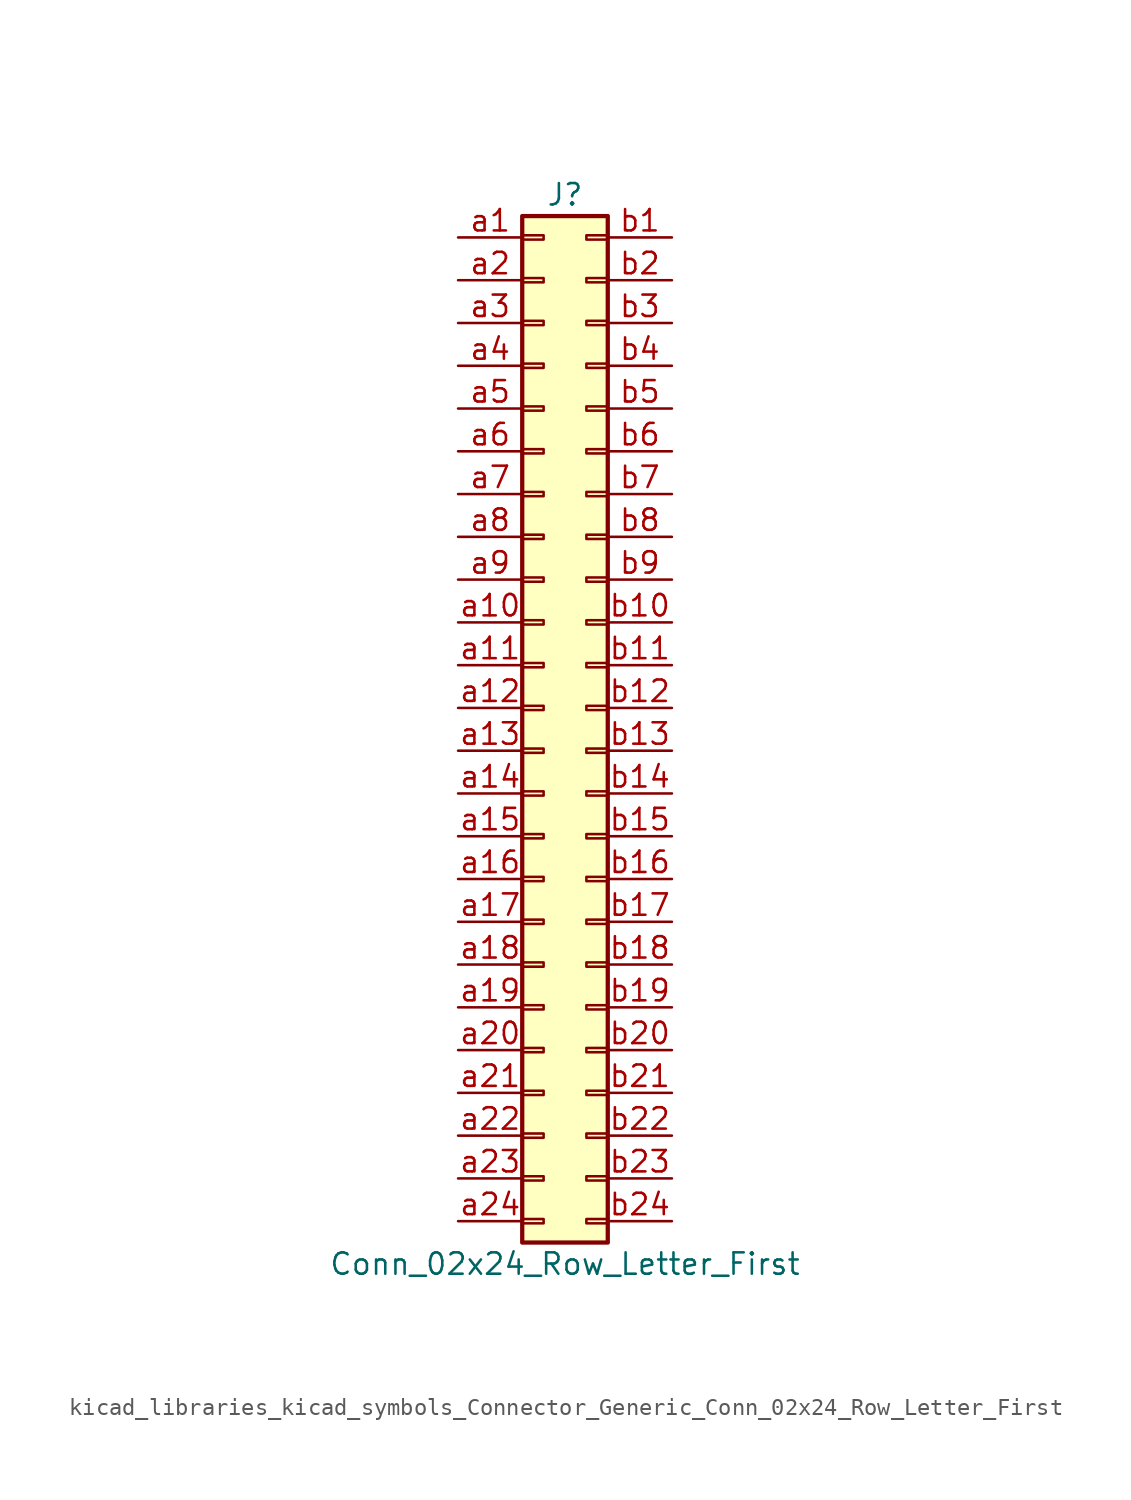
<source format=kicad_sym>
(kicad_symbol_lib
  (version 20220914)
  (generator kicad_symbol_editor)
  (symbol "kicad_libraries_kicad_symbols_Connector_Generic_Conn_02x24_Row_Letter_First"
    (pin_names
      (offset 1.016) hide)
    (property "Reference" "J"
      (at 1.27 30.48 0)
      (effects (font (size 1.27 1.27))))
    (property "Value" "Conn_02x24_Row_Letter_First"
      (at 1.27 -33.02 0)
      (effects (font (size 1.27 1.27))))
    (symbol "kicad_libraries_kicad_symbols_Connector_Generic_Conn_02x24_Row_Letter_First_1_1"
      (rectangle (start -1.27 -30.353) (end 0 -30.607) (stroke (width 0.152) (type default)) (fill (type none)))
      (rectangle (start -1.27 -27.813) (end 0 -28.067) (stroke (width 0.152) (type default)) (fill (type none)))
      (rectangle (start -1.27 -25.273) (end 0 -25.527) (stroke (width 0.152) (type default)) (fill (type none)))
      (rectangle (start -1.27 -22.733) (end 0 -22.987) (stroke (width 0.152) (type default)) (fill (type none)))
      (rectangle (start -1.27 -20.193) (end 0 -20.447) (stroke (width 0.152) (type default)) (fill (type none)))
      (rectangle (start -1.27 -17.653) (end 0 -17.907) (stroke (width 0.152) (type default)) (fill (type none)))
      (rectangle (start -1.27 -15.113) (end 0 -15.367) (stroke (width 0.152) (type default)) (fill (type none)))
      (rectangle (start -1.27 -12.573) (end 0 -12.827) (stroke (width 0.152) (type default)) (fill (type none)))
      (rectangle (start -1.27 -10.033) (end 0 -10.287) (stroke (width 0.152) (type default)) (fill (type none)))
      (rectangle (start -1.27 -7.493) (end 0 -7.747) (stroke (width 0.152) (type default)) (fill (type none)))
      (rectangle (start -1.27 -4.953) (end 0 -5.207) (stroke (width 0.152) (type default)) (fill (type none)))
      (rectangle (start -1.27 -2.413) (end 0 -2.667) (stroke (width 0.152) (type default)) (fill (type none)))
      (rectangle (start -1.27 0.127) (end 0 -0.127) (stroke (width 0.152) (type default)) (fill (type none)))
      (rectangle (start -1.27 2.667) (end 0 2.413) (stroke (width 0.152) (type default)) (fill (type none)))
      (rectangle (start -1.27 5.207) (end 0 4.953) (stroke (width 0.152) (type default)) (fill (type none)))
      (rectangle (start -1.27 7.747) (end 0 7.493) (stroke (width 0.152) (type default)) (fill (type none)))
      (rectangle (start -1.27 10.287) (end 0 10.033) (stroke (width 0.152) (type default)) (fill (type none)))
      (rectangle (start -1.27 12.827) (end 0 12.573) (stroke (width 0.152) (type default)) (fill (type none)))
      (rectangle (start -1.27 15.367) (end 0 15.113) (stroke (width 0.152) (type default)) (fill (type none)))
      (rectangle (start -1.27 17.907) (end 0 17.653) (stroke (width 0.152) (type default)) (fill (type none)))
      (rectangle (start -1.27 20.447) (end 0 20.193) (stroke (width 0.152) (type default)) (fill (type none)))
      (rectangle (start -1.27 22.987) (end 0 22.733) (stroke (width 0.152) (type default)) (fill (type none)))
      (rectangle (start -1.27 25.527) (end 0 25.273) (stroke (width 0.152) (type default)) (fill (type none)))
      (rectangle (start -1.27 28.067) (end 0 27.813) (stroke (width 0.152) (type default)) (fill (type none)))
      (rectangle (start -1.27 29.21) (end 3.81 -31.75) (stroke (width 0.254) (type default)) (fill (type background)))
      (rectangle (start 3.81 -30.353) (end 2.54 -30.607) (stroke (width 0.152) (type default)) (fill (type none)))
      (rectangle (start 3.81 -27.813) (end 2.54 -28.067) (stroke (width 0.152) (type default)) (fill (type none)))
      (rectangle (start 3.81 -25.273) (end 2.54 -25.527) (stroke (width 0.152) (type default)) (fill (type none)))
      (rectangle (start 3.81 -22.733) (end 2.54 -22.987) (stroke (width 0.152) (type default)) (fill (type none)))
      (rectangle (start 3.81 -20.193) (end 2.54 -20.447) (stroke (width 0.152) (type default)) (fill (type none)))
      (rectangle (start 3.81 -17.653) (end 2.54 -17.907) (stroke (width 0.152) (type default)) (fill (type none)))
      (rectangle (start 3.81 -15.113) (end 2.54 -15.367) (stroke (width 0.152) (type default)) (fill (type none)))
      (rectangle (start 3.81 -12.573) (end 2.54 -12.827) (stroke (width 0.152) (type default)) (fill (type none)))
      (rectangle (start 3.81 -10.033) (end 2.54 -10.287) (stroke (width 0.152) (type default)) (fill (type none)))
      (rectangle (start 3.81 -7.493) (end 2.54 -7.747) (stroke (width 0.152) (type default)) (fill (type none)))
      (rectangle (start 3.81 -4.953) (end 2.54 -5.207) (stroke (width 0.152) (type default)) (fill (type none)))
      (rectangle (start 3.81 -2.413) (end 2.54 -2.667) (stroke (width 0.152) (type default)) (fill (type none)))
      (rectangle (start 3.81 0.127) (end 2.54 -0.127) (stroke (width 0.152) (type default)) (fill (type none)))
      (rectangle (start 3.81 2.667) (end 2.54 2.413) (stroke (width 0.152) (type default)) (fill (type none)))
      (rectangle (start 3.81 5.207) (end 2.54 4.953) (stroke (width 0.152) (type default)) (fill (type none)))
      (rectangle (start 3.81 7.747) (end 2.54 7.493) (stroke (width 0.152) (type default)) (fill (type none)))
      (rectangle (start 3.81 10.287) (end 2.54 10.033) (stroke (width 0.152) (type default)) (fill (type none)))
      (rectangle (start 3.81 12.827) (end 2.54 12.573) (stroke (width 0.152) (type default)) (fill (type none)))
      (rectangle (start 3.81 15.367) (end 2.54 15.113) (stroke (width 0.152) (type default)) (fill (type none)))
      (rectangle (start 3.81 17.907) (end 2.54 17.653) (stroke (width 0.152) (type default)) (fill (type none)))
      (rectangle (start 3.81 20.447) (end 2.54 20.193) (stroke (width 0.152) (type default)) (fill (type none)))
      (rectangle (start 3.81 22.987) (end 2.54 22.733) (stroke (width 0.152) (type default)) (fill (type none)))
      (rectangle (start 3.81 25.527) (end 2.54 25.273) (stroke (width 0.152) (type default)) (fill (type none)))
      (rectangle (start 3.81 28.067) (end 2.54 27.813) (stroke (width 0.152) (type default)) (fill (type none)))
      (pin passive line (at -5.08 27.94 0) (length 3.81) (name "Pin_a1" (effects (font (size 1.27 1.27)))) (number "a1" (effects (font (size 1.27 1.27)))))
      (pin passive line (at -5.08 5.08 0) (length 3.81) (name "Pin_a10" (effects (font (size 1.27 1.27)))) (number "a10" (effects (font (size 1.27 1.27)))))
      (pin passive line (at -5.08 2.54 0) (length 3.81) (name "Pin_a11" (effects (font (size 1.27 1.27)))) (number "a11" (effects (font (size 1.27 1.27)))))
      (pin passive line (at -5.08 0 0) (length 3.81) (name "Pin_a12" (effects (font (size 1.27 1.27)))) (number "a12" (effects (font (size 1.27 1.27)))))
      (pin passive line (at -5.08 -2.54 0) (length 3.81) (name "Pin_a13" (effects (font (size 1.27 1.27)))) (number "a13" (effects (font (size 1.27 1.27)))))
      (pin passive line (at -5.08 -5.08 0) (length 3.81) (name "Pin_a14" (effects (font (size 1.27 1.27)))) (number "a14" (effects (font (size 1.27 1.27)))))
      (pin passive line (at -5.08 -7.62 0) (length 3.81) (name "Pin_a15" (effects (font (size 1.27 1.27)))) (number "a15" (effects (font (size 1.27 1.27)))))
      (pin passive line (at -5.08 -10.16 0) (length 3.81) (name "Pin_a16" (effects (font (size 1.27 1.27)))) (number "a16" (effects (font (size 1.27 1.27)))))
      (pin passive line (at -5.08 -12.7 0) (length 3.81) (name "Pin_a17" (effects (font (size 1.27 1.27)))) (number "a17" (effects (font (size 1.27 1.27)))))
      (pin passive line (at -5.08 -15.24 0) (length 3.81) (name "Pin_a18" (effects (font (size 1.27 1.27)))) (number "a18" (effects (font (size 1.27 1.27)))))
      (pin passive line (at -5.08 -17.78 0) (length 3.81) (name "Pin_a19" (effects (font (size 1.27 1.27)))) (number "a19" (effects (font (size 1.27 1.27)))))
      (pin passive line (at -5.08 25.4 0) (length 3.81) (name "Pin_a2" (effects (font (size 1.27 1.27)))) (number "a2" (effects (font (size 1.27 1.27)))))
      (pin passive line (at -5.08 -20.32 0) (length 3.81) (name "Pin_a20" (effects (font (size 1.27 1.27)))) (number "a20" (effects (font (size 1.27 1.27)))))
      (pin passive line (at -5.08 -22.86 0) (length 3.81) (name "Pin_a21" (effects (font (size 1.27 1.27)))) (number "a21" (effects (font (size 1.27 1.27)))))
      (pin passive line (at -5.08 -25.4 0) (length 3.81) (name "Pin_a22" (effects (font (size 1.27 1.27)))) (number "a22" (effects (font (size 1.27 1.27)))))
      (pin passive line (at -5.08 -27.94 0) (length 3.81) (name "Pin_a23" (effects (font (size 1.27 1.27)))) (number "a23" (effects (font (size 1.27 1.27)))))
      (pin passive line (at -5.08 -30.48 0) (length 3.81) (name "Pin_a24" (effects (font (size 1.27 1.27)))) (number "a24" (effects (font (size 1.27 1.27)))))
      (pin passive line (at -5.08 22.86 0) (length 3.81) (name "Pin_a3" (effects (font (size 1.27 1.27)))) (number "a3" (effects (font (size 1.27 1.27)))))
      (pin passive line (at -5.08 20.32 0) (length 3.81) (name "Pin_a4" (effects (font (size 1.27 1.27)))) (number "a4" (effects (font (size 1.27 1.27)))))
      (pin passive line (at -5.08 17.78 0) (length 3.81) (name "Pin_a5" (effects (font (size 1.27 1.27)))) (number "a5" (effects (font (size 1.27 1.27)))))
      (pin passive line (at -5.08 15.24 0) (length 3.81) (name "Pin_a6" (effects (font (size 1.27 1.27)))) (number "a6" (effects (font (size 1.27 1.27)))))
      (pin passive line (at -5.08 12.7 0) (length 3.81) (name "Pin_a7" (effects (font (size 1.27 1.27)))) (number "a7" (effects (font (size 1.27 1.27)))))
      (pin passive line (at -5.08 10.16 0) (length 3.81) (name "Pin_a8" (effects (font (size 1.27 1.27)))) (number "a8" (effects (font (size 1.27 1.27)))))
      (pin passive line (at -5.08 7.62 0) (length 3.81) (name "Pin_a9" (effects (font (size 1.27 1.27)))) (number "a9" (effects (font (size 1.27 1.27)))))
      (pin passive line (at 7.62 27.94 180) (length 3.81) (name "Pin_b1" (effects (font (size 1.27 1.27)))) (number "b1" (effects (font (size 1.27 1.27)))))
      (pin passive line (at 7.62 5.08 180) (length 3.81) (name "Pin_b10" (effects (font (size 1.27 1.27)))) (number "b10" (effects (font (size 1.27 1.27)))))
      (pin passive line (at 7.62 2.54 180) (length 3.81) (name "Pin_b11" (effects (font (size 1.27 1.27)))) (number "b11" (effects (font (size 1.27 1.27)))))
      (pin passive line (at 7.62 0 180) (length 3.81) (name "Pin_b12" (effects (font (size 1.27 1.27)))) (number "b12" (effects (font (size 1.27 1.27)))))
      (pin passive line (at 7.62 -2.54 180) (length 3.81) (name "Pin_b13" (effects (font (size 1.27 1.27)))) (number "b13" (effects (font (size 1.27 1.27)))))
      (pin passive line (at 7.62 -5.08 180) (length 3.81) (name "Pin_b14" (effects (font (size 1.27 1.27)))) (number "b14" (effects (font (size 1.27 1.27)))))
      (pin passive line (at 7.62 -7.62 180) (length 3.81) (name "Pin_b15" (effects (font (size 1.27 1.27)))) (number "b15" (effects (font (size 1.27 1.27)))))
      (pin passive line (at 7.62 -10.16 180) (length 3.81) (name "Pin_b16" (effects (font (size 1.27 1.27)))) (number "b16" (effects (font (size 1.27 1.27)))))
      (pin passive line (at 7.62 -12.7 180) (length 3.81) (name "Pin_b17" (effects (font (size 1.27 1.27)))) (number "b17" (effects (font (size 1.27 1.27)))))
      (pin passive line (at 7.62 -15.24 180) (length 3.81) (name "Pin_b18" (effects (font (size 1.27 1.27)))) (number "b18" (effects (font (size 1.27 1.27)))))
      (pin passive line (at 7.62 -17.78 180) (length 3.81) (name "Pin_b19" (effects (font (size 1.27 1.27)))) (number "b19" (effects (font (size 1.27 1.27)))))
      (pin passive line (at 7.62 25.4 180) (length 3.81) (name "Pin_b2" (effects (font (size 1.27 1.27)))) (number "b2" (effects (font (size 1.27 1.27)))))
      (pin passive line (at 7.62 -20.32 180) (length 3.81) (name "Pin_b20" (effects (font (size 1.27 1.27)))) (number "b20" (effects (font (size 1.27 1.27)))))
      (pin passive line (at 7.62 -22.86 180) (length 3.81) (name "Pin_b21" (effects (font (size 1.27 1.27)))) (number "b21" (effects (font (size 1.27 1.27)))))
      (pin passive line (at 7.62 -25.4 180) (length 3.81) (name "Pin_b22" (effects (font (size 1.27 1.27)))) (number "b22" (effects (font (size 1.27 1.27)))))
      (pin passive line (at 7.62 -27.94 180) (length 3.81) (name "Pin_b23" (effects (font (size 1.27 1.27)))) (number "b23" (effects (font (size 1.27 1.27)))))
      (pin passive line (at 7.62 -30.48 180) (length 3.81) (name "Pin_b24" (effects (font (size 1.27 1.27)))) (number "b24" (effects (font (size 1.27 1.27)))))
      (pin passive line (at 7.62 22.86 180) (length 3.81) (name "Pin_b3" (effects (font (size 1.27 1.27)))) (number "b3" (effects (font (size 1.27 1.27)))))
      (pin passive line (at 7.62 20.32 180) (length 3.81) (name "Pin_b4" (effects (font (size 1.27 1.27)))) (number "b4" (effects (font (size 1.27 1.27)))))
      (pin passive line (at 7.62 17.78 180) (length 3.81) (name "Pin_b5" (effects (font (size 1.27 1.27)))) (number "b5" (effects (font (size 1.27 1.27)))))
      (pin passive line (at 7.62 15.24 180) (length 3.81) (name "Pin_b6" (effects (font (size 1.27 1.27)))) (number "b6" (effects (font (size 1.27 1.27)))))
      (pin passive line (at 7.62 12.7 180) (length 3.81) (name "Pin_b7" (effects (font (size 1.27 1.27)))) (number "b7" (effects (font (size 1.27 1.27)))))
      (pin passive line (at 7.62 10.16 180) (length 3.81) (name "Pin_b8" (effects (font (size 1.27 1.27)))) (number "b8" (effects (font (size 1.27 1.27)))))
      (pin passive line (at 7.62 7.62 180) (length 3.81) (name "Pin_b9" (effects (font (size 1.27 1.27)))) (number "b9" (effects (font (size 1.27 1.27))))))))
</source>
